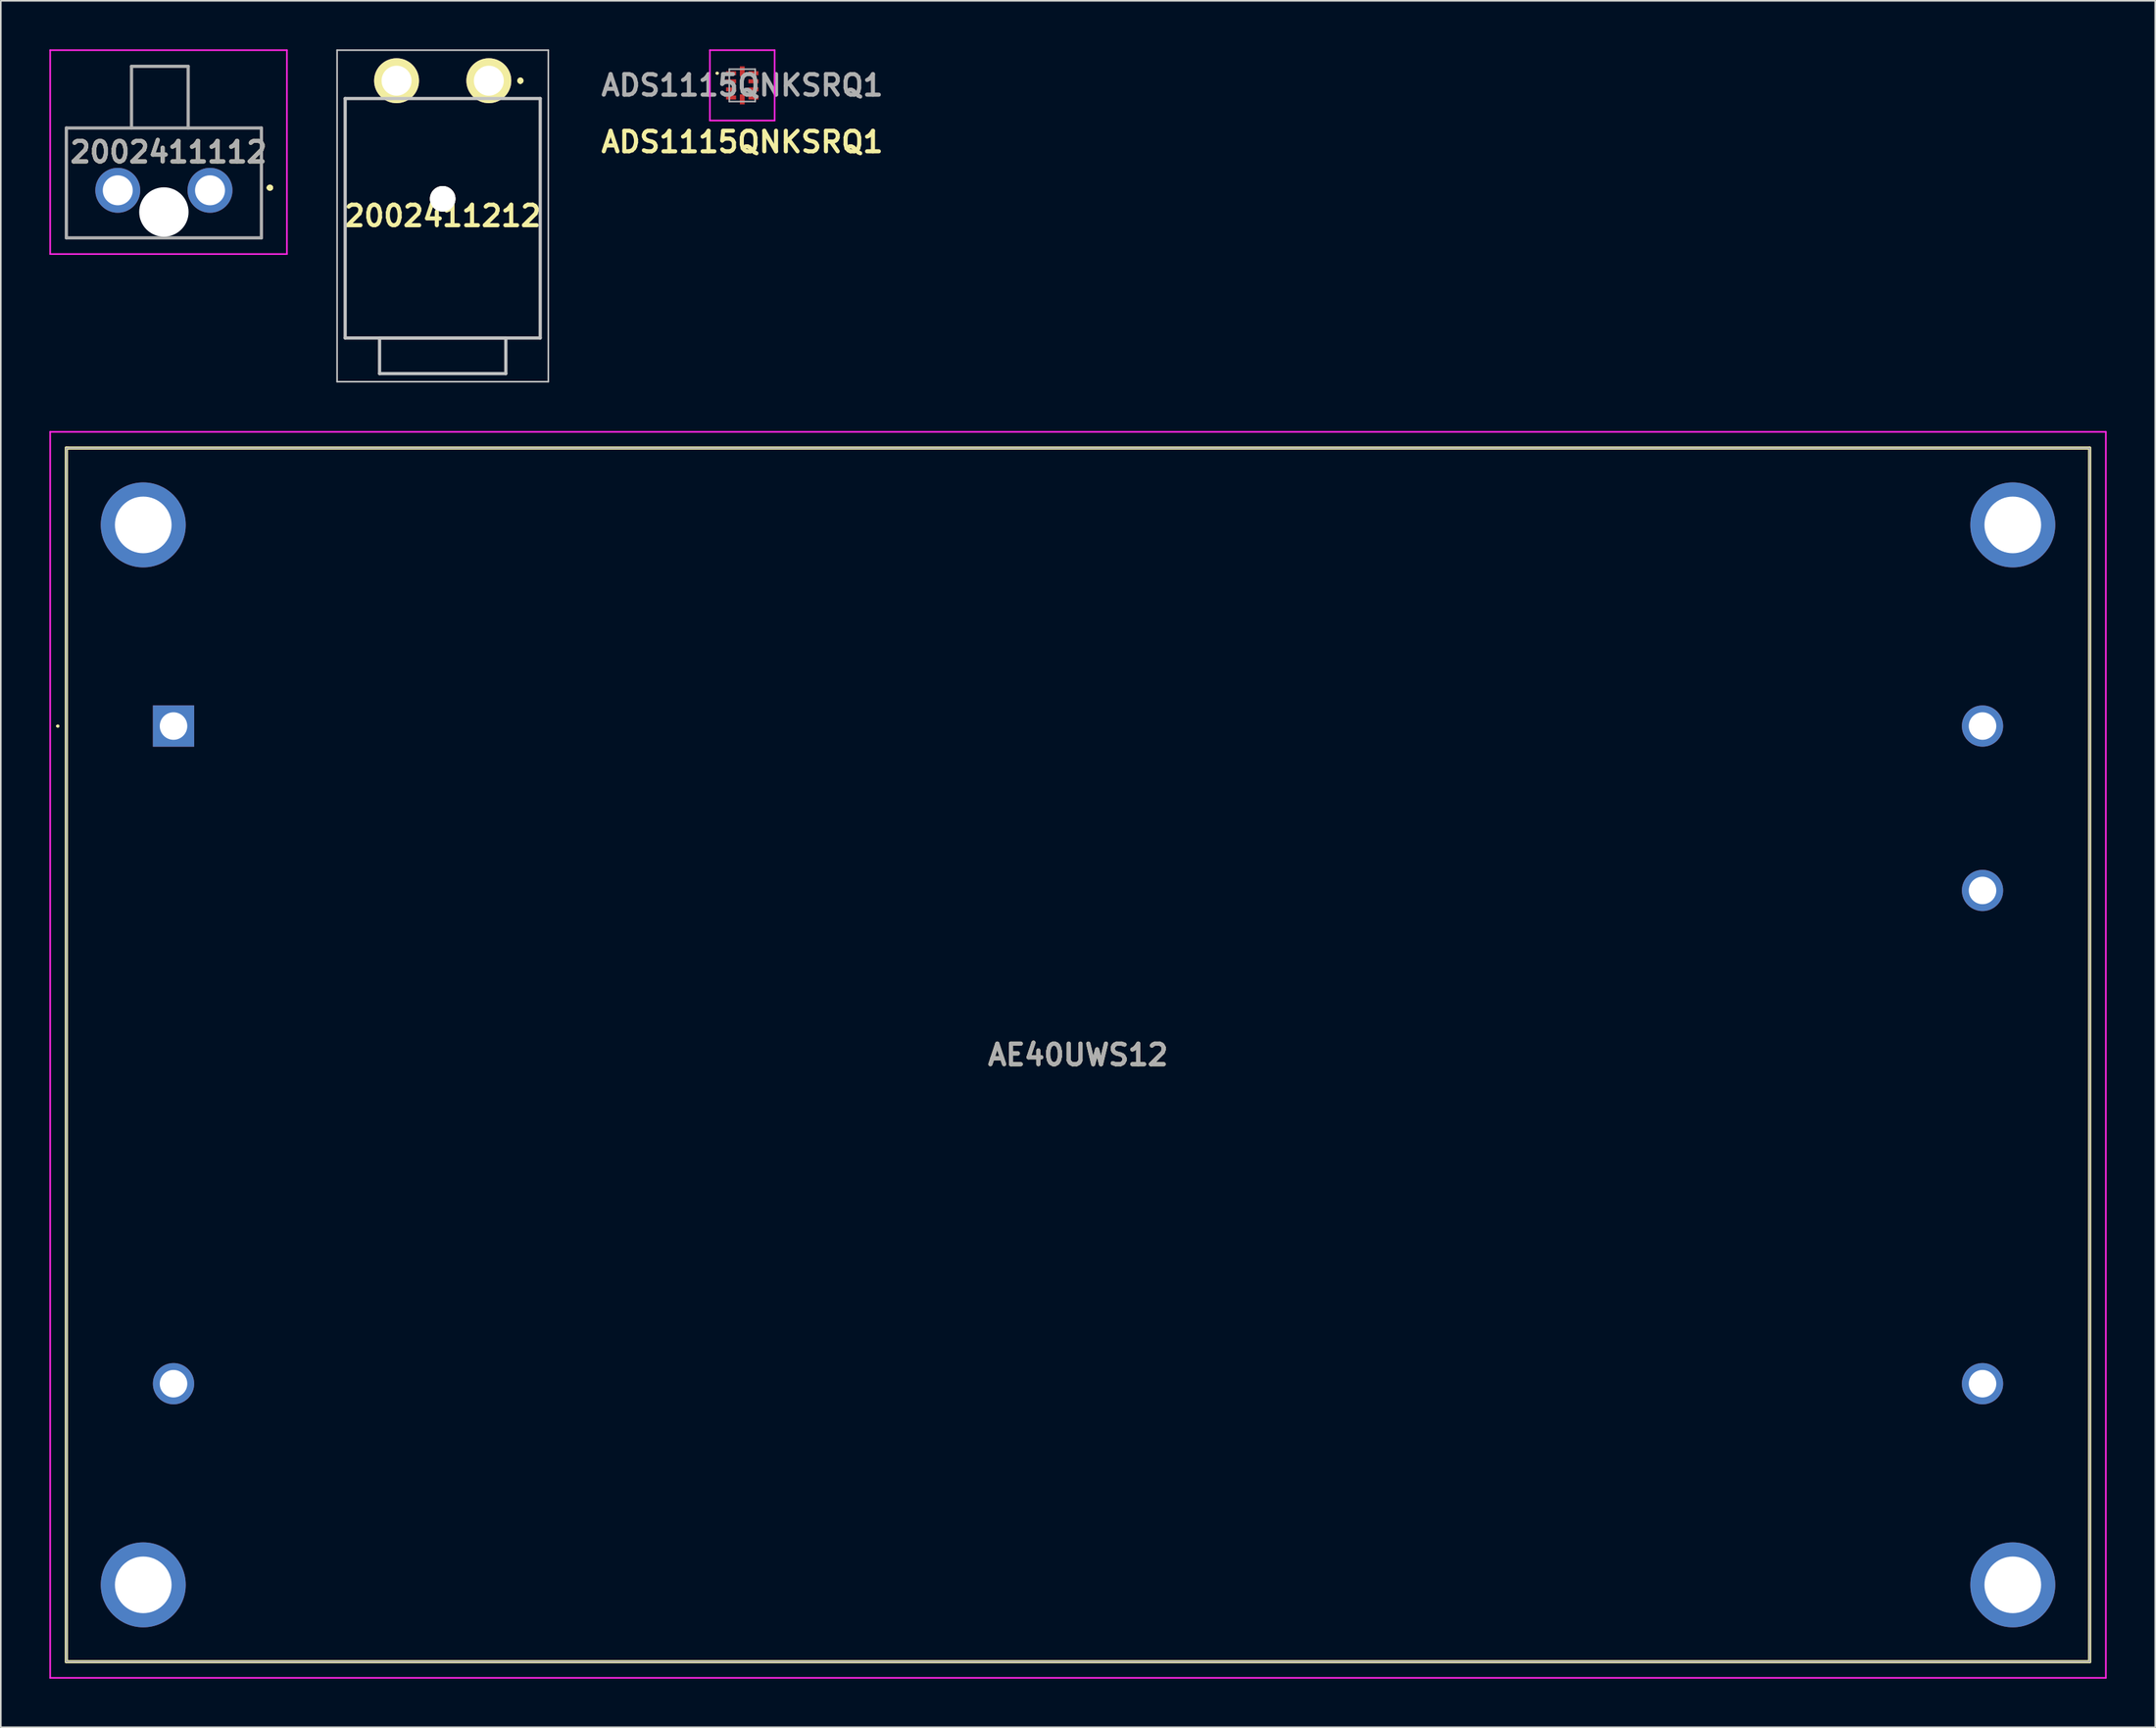
<source format=kicad_pcb>
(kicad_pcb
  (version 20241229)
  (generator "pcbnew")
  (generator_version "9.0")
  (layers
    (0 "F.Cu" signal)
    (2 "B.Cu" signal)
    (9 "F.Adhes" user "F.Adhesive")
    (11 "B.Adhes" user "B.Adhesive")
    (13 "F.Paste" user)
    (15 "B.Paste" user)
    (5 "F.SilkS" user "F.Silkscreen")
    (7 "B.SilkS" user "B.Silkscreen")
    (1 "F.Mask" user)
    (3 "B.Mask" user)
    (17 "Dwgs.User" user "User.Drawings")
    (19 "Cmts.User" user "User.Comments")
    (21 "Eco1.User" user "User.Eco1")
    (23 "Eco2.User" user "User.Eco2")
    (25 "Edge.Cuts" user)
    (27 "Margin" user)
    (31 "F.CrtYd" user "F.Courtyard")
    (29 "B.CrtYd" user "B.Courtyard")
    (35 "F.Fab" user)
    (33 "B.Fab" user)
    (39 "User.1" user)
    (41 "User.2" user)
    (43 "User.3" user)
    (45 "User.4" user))
  (footprint "AE40UWS12"
    (layer "F.Cu")
    (at 7.67 41.817)
    (property "Reference" "AE40UWS12" (at 55.88 20.32 0) (layer "F.SilkS") (effects (font (size 1.27 1.27) (thickness 0.254))))
    (attr through_hole)
    (fp_line (start -7.2 0) (end -7.2 0) (stroke (width 0.1) (type solid)) (layer "F.SilkS"))
    (fp_line (start -7.2 0) (end -7.2 0) (stroke (width 0.1) (type solid)) (layer "F.SilkS"))
    (fp_line (start -7.1 0) (end -7.1 0) (stroke (width 0.1) (type solid)) (layer "F.SilkS"))
    (fp_line (start -6.62 -17.18) (end -6.62 57.82) (stroke (width 0.2) (type solid)) (layer "F.SilkS"))
    (fp_line (start -6.62 -17.18) (end -6.52 -17.18) (stroke (width 0.2) (type solid)) (layer "F.SilkS"))
    (fp_line (start -6.62 57.82) (end 118.38 57.82) (stroke (width 0.2) (type solid)) (layer "F.SilkS"))
    (fp_line (start 118.38 -17.18) (end -6.62 -17.18) (stroke (width 0.2) (type solid)) (layer "F.SilkS"))
    (fp_line (start 118.38 57.82) (end 118.38 -17.18) (stroke (width 0.2) (type solid)) (layer "F.SilkS"))
    (fp_arc (start -7.2 0) (mid -7.15 -0.05) (end -7.1 0) (stroke (width 0.1) (type solid)) (layer "F.SilkS"))
    (fp_arc (start -7.1 0) (mid -7.15 0.05) (end -7.2 0) (stroke (width 0.1) (type solid)) (layer "F.SilkS"))
    (fp_arc (start -7.1 0) (mid -7.15 0.05) (end -7.2 0) (stroke (width 0.1) (type solid)) (layer "F.SilkS"))
    (fp_line (start -7.62 -18.18) (end -7.62 58.82) (stroke (width 0.1) (type solid)) (layer "F.CrtYd"))
    (fp_line (start -7.62 58.82) (end 119.38 58.82) (stroke (width 0.1) (type solid)) (layer "F.CrtYd"))
    (fp_line (start 119.38 -18.18) (end -7.62 -18.18) (stroke (width 0.1) (type solid)) (layer "F.CrtYd"))
    (fp_line (start 119.38 58.82) (end 119.38 -18.18) (stroke (width 0.1) (type solid)) (layer "F.CrtYd"))
    (fp_line (start -6.62 -17.18) (end 118.38 -17.18) (stroke (width 0.1) (type solid)) (layer "F.Fab"))
    (fp_line (start -6.62 57.82) (end -6.62 -17.18) (stroke (width 0.1) (type solid)) (layer "F.Fab"))
    (fp_line (start 118.38 -17.18) (end 118.38 57.82) (stroke (width 0.1) (type solid)) (layer "F.Fab"))
    (fp_line (start 118.38 57.82) (end -6.62 57.82) (stroke (width 0.1) (type solid)) (layer "F.Fab"))
    (fp_text user "${REFERENCE}" (at 55.88 20.32 0) (layer "F.Fab") (effects (font (size 1.27 1.27) (thickness 0.254))))
    (pad "1" thru_hole rect (at 0 0) (size 2.55 2.55) (drill 1.7) (layers "*.Cu" "*.Mask"))
    (pad "2" thru_hole circle (at 0 40.64) (size 2.55 2.55) (drill 1.7) (layers "*.Cu" "*.Mask"))
    (pad "3" thru_hole circle (at 111.76 40.64) (size 2.55 2.55) (drill 1.7) (layers "*.Cu" "*.Mask"))
    (pad "4" thru_hole circle (at 111.76 10.16) (size 2.55 2.55) (drill 1.7) (layers "*.Cu" "*.Mask"))
    (pad "5" thru_hole circle (at 111.76 0) (size 2.55 2.55) (drill 1.7) (layers "*.Cu" "*.Mask"))
    (pad "MH1" thru_hole circle (at -1.87 -12.43) (size 5.25 5.25) (drill 3.5) (layers "*.Cu" "*.Mask"))
    (pad "MH2" thru_hole circle (at -1.87 53.07) (size 5.25 5.25) (drill 3.5) (layers "*.Cu" "*.Mask"))
    (pad "MH3" thru_hole circle (at 113.63 53.07) (size 5.25 5.25) (drill 3.5) (layers "*.Cu" "*.Mask"))
    (pad "MH4" thru_hole circle (at 113.63 -12.43) (size 5.25 5.25) (drill 3.5) (layers "*.Cu" "*.Mask")))
  (footprint "2002411112"
    (layer "F.Cu")
    (at 9.925 8.71)
    (property "Reference" "2002411112" (at -2.563 -2.36 0) (layer "F.SilkS") (effects (font (size 1.27 1.27) (thickness 0.254))))
    (attr through_hole)
    (fp_line (start -8.875 -3.85) (end 3.175 -3.85) (stroke (width 0.1) (type solid)) (layer "F.SilkS"))
    (fp_line (start -8.875 2.94) (end -8.875 -3.85) (stroke (width 0.1) (type solid)) (layer "F.SilkS"))
    (fp_line (start 3.175 -3.85) (end 3.175 2.94) (stroke (width 0.1) (type solid)) (layer "F.SilkS"))
    (fp_line (start 3.175 2.94) (end -8.875 2.94) (stroke (width 0.1) (type solid)) (layer "F.SilkS"))
    (fp_line (start 3.65 -0.16) (end 3.65 -0.16) (stroke (width 0.3) (type solid)) (layer "F.SilkS"))
    (fp_line (start 3.75 -0.16) (end 3.75 -0.16) (stroke (width 0.3) (type solid)) (layer "F.SilkS"))
    (fp_arc (start 3.65 -0.16) (mid 3.7 -0.21) (end 3.75 -0.16) (stroke (width 0.3) (type solid)) (layer "F.SilkS"))
    (fp_arc (start 3.75 -0.16) (mid 3.7 -0.11) (end 3.65 -0.16) (stroke (width 0.3) (type solid)) (layer "F.SilkS"))
    (fp_line (start -9.875 -8.66) (end 4.75 -8.66) (stroke (width 0.1) (type solid)) (layer "F.CrtYd"))
    (fp_line (start -9.875 3.94) (end -9.875 -8.66) (stroke (width 0.1) (type solid)) (layer "F.CrtYd"))
    (fp_line (start 4.75 -8.66) (end 4.75 3.94) (stroke (width 0.1) (type solid)) (layer "F.CrtYd"))
    (fp_line (start 4.75 3.94) (end -9.875 3.94) (stroke (width 0.1) (type solid)) (layer "F.CrtYd"))
    (fp_line (start -8.875 -3.85) (end 3.175 -3.85) (stroke (width 0.2) (type solid)) (layer "F.Fab"))
    (fp_line (start -8.875 2.94) (end -8.875 -3.85) (stroke (width 0.2) (type solid)) (layer "F.Fab"))
    (fp_line (start -4.85 -3.85) (end -4.85 -7.66) (stroke (width 0.2) (type solid)) (layer "F.Fab"))
    (fp_line (start -1.35 -7.66) (end -4.85 -7.66) (stroke (width 0.2) (type solid)) (layer "F.Fab"))
    (fp_line (start -1.35 -3.85) (end -1.35 -7.66) (stroke (width 0.2) (type solid)) (layer "F.Fab"))
    (fp_line (start 3.175 -3.85) (end 3.175 2.94) (stroke (width 0.2) (type solid)) (layer "F.Fab"))
    (fp_line (start 3.175 2.94) (end -8.875 2.94) (stroke (width 0.2) (type solid)) (layer "F.Fab"))
    (fp_text user "${REFERENCE}" (at -2.563 -2.36 0) (layer "F.Fab") (effects (font (size 1.27 1.27) (thickness 0.254))))
    (pad "" np_thru_hole circle (at -2.85 1.34) (size 3.05 3.05) (drill 3.05) (layers "*.Cu" "*.Mask"))
    (pad "1" thru_hole circle (at 0 0) (size 2.775 2.775) (drill 1.85) (layers "*.Cu" "*.Mask"))
    (pad "2" thru_hole circle (at -5.7 0) (size 2.775 2.775) (drill 1.85) (layers "*.Cu" "*.Mask")))
  (footprint "2002411212"
    (layer "F.Cu")
    (at 27.15 1.937)
    (property "Reference" "2002411212" (at -2.85 8.356 0) (unlocked yes) (layer "F.SilkS") (effects (font (size 1.27 1.27) (thickness 0.254))))
    (attr through_hole exclude_from_pos_files)
    (fp_line (start -8.875 1.1) (end -8.875 15.9) (stroke (width 0.1) (type solid)) (layer "F.SilkS"))
    (fp_line (start -8.875 15.9) (end 3.175 15.9) (stroke (width 0.1) (type solid)) (layer "F.SilkS"))
    (fp_line (start -7.85 1.1) (end -8.875 1.1) (stroke (width 0.1) (type solid)) (layer "F.SilkS"))
    (fp_line (start -3.85 1.1) (end -1.85 1.1) (stroke (width 0.1) (type solid)) (layer "F.SilkS"))
    (fp_line (start 1.95 -0.1) (end 1.95 -0.1) (stroke (width 0.2) (type solid)) (layer "F.SilkS"))
    (fp_line (start 1.95 0.1) (end 1.95 0.1) (stroke (width 0.2) (type solid)) (layer "F.SilkS"))
    (fp_line (start 3.175 1.1) (end 2.15 1.1) (stroke (width 0.1) (type solid)) (layer "F.SilkS"))
    (fp_line (start 3.175 15.9) (end 3.175 1.1) (stroke (width 0.1) (type solid)) (layer "F.SilkS"))
    (fp_arc (start 1.95 -0.1) (mid 2.05 0) (end 1.95 0.1) (stroke (width 0.2) (type solid)) (layer "F.SilkS"))
    (fp_arc (start 1.95 0.1) (mid 1.85 0) (end 1.95 -0.1) (stroke (width 0.2) (type solid)) (layer "F.SilkS"))
    (fp_line (start -9.375 -1.887) (end 3.675 -1.887) (stroke (width 0.1) (type solid)) (layer "Dwgs.User"))
    (fp_line (start -9.375 18.6) (end -9.375 -1.887) (stroke (width 0.1) (type solid)) (layer "Dwgs.User"))
    (fp_line (start -8.875 1.1) (end 3.175 1.1) (stroke (width 0.2) (type solid)) (layer "Dwgs.User"))
    (fp_line (start -8.875 15.9) (end -8.875 1.1) (stroke (width 0.2) (type solid)) (layer "Dwgs.User"))
    (fp_line (start -6.75 15.9) (end 1.05 15.9) (stroke (width 0.2) (type solid)) (layer "Dwgs.User"))
    (fp_line (start -6.75 18.1) (end -6.75 15.9) (stroke (width 0.2) (type solid)) (layer "Dwgs.User"))
    (fp_line (start 1.05 15.9) (end 1.05 18.1) (stroke (width 0.2) (type solid)) (layer "Dwgs.User"))
    (fp_line (start 1.05 18.1) (end -6.75 18.1) (stroke (width 0.2) (type solid)) (layer "Dwgs.User"))
    (fp_line (start 3.175 1.1) (end 3.175 15.9) (stroke (width 0.2) (type solid)) (layer "Dwgs.User"))
    (fp_line (start 3.175 15.9) (end -8.875 15.9) (stroke (width 0.2) (type solid)) (layer "Dwgs.User"))
    (fp_line (start 3.675 -1.887) (end 3.675 18.6) (stroke (width 0.1) (type solid)) (layer "Dwgs.User"))
    (fp_line (start 3.675 18.6) (end -9.375 18.6) (stroke (width 0.1) (type solid)) (layer "Dwgs.User"))
    (pad "1" thru_hole circle (at 0 0 90) (size 2.775 2.775) (drill 1.85) (layers "*.Cu" "*.Mask" "F.SilkS"))
    (pad "2" thru_hole circle (at -5.7 0 90) (size 2.775 2.775) (drill 1.85) (layers "*.Cu" "*.Mask" "F.SilkS"))
    (pad "MH1" thru_hole circle (at -2.85 7.3 90) (size 1.575 1.575) (drill 3.15) (layers "*.Cu" "*.Mask" "F.SilkS")))
  (footprint "ADS1115QNKSRQ1"
    (layer "F.Cu")
    (at 42.807 2.225)
    (property "Reference" "ADS1115QNKSRQ1" (at 0 3.5 0) (layer "F.SilkS") (effects (font (size 1.27 1.27) (thickness 0.254))))
    (attr smd)
    (fp_line (start -1.6 -0.75) (end -1.6 -0.75) (stroke (width 0.1) (type solid)) (layer "F.SilkS"))
    (fp_line (start -1.5 -0.75) (end -1.5 -0.75) (stroke (width 0.1) (type solid)) (layer "F.SilkS"))
    (fp_arc (start -1.6 -0.75) (mid -1.55 -0.8) (end -1.5 -0.75) (stroke (width 0.1) (type solid)) (layer "F.SilkS"))
    (fp_arc (start -1.5 -0.75) (mid -1.55 -0.7) (end -1.6 -0.75) (stroke (width 0.1) (type solid)) (layer "F.SilkS"))
    (fp_line (start -2 -2.175) (end 2 -2.175) (stroke (width 0.1) (type solid)) (layer "F.CrtYd"))
    (fp_line (start -2 2.175) (end -2 -2.175) (stroke (width 0.1) (type solid)) (layer "F.CrtYd"))
    (fp_line (start 2 -2.175) (end 2 2.175) (stroke (width 0.1) (type solid)) (layer "F.CrtYd"))
    (fp_line (start 2 2.175) (end -2 2.175) (stroke (width 0.1) (type solid)) (layer "F.CrtYd"))
    (fp_line (start -0.8 -1) (end 0.8 -1) (stroke (width 0.1) (type solid)) (layer "F.Fab"))
    (fp_line (start -0.8 1) (end -0.8 -1) (stroke (width 0.1) (type solid)) (layer "F.Fab"))
    (fp_line (start 0.8 -1) (end 0.8 1) (stroke (width 0.1) (type solid)) (layer "F.Fab"))
    (fp_line (start 0.8 1) (end -0.8 1) (stroke (width 0.1) (type solid)) (layer "F.Fab"))
    (fp_text user "${REFERENCE}" (at 0 0 0) (layer "F.Fab") (effects (font (size 1.27 1.27) (thickness 0.254))))
    (pad "1" smd rect (at -0.69 -0.75 90) (size 0.25 0.62) (layers "F.Cu" "F.Mask" "F.Paste"))
    (pad "2" smd rect (at -0.69 -0.25 90) (size 0.25 0.62) (layers "F.Cu" "F.Mask" "F.Paste"))
    (pad "3" smd rect (at -0.69 0.25 90) (size 0.25 0.62) (layers "F.Cu" "F.Mask" "F.Paste"))
    (pad "4" smd rect (at -0.69 0.75 90) (size 0.25 0.62) (layers "F.Cu" "F.Mask" "F.Paste"))
    (pad "5" smd rect (at 0 0.865) (size 0.3 0.62) (layers "F.Cu" "F.Mask" "F.Paste"))
    (pad "6" smd rect (at 0.69 0.75 90) (size 0.25 0.62) (layers "F.Cu" "F.Mask" "F.Paste"))
    (pad "7" smd rect (at 0.69 0.25 90) (size 0.25 0.62) (layers "F.Cu" "F.Mask" "F.Paste"))
    (pad "8" smd rect (at 0.69 -0.25 90) (size 0.25 0.62) (layers "F.Cu" "F.Mask" "F.Paste"))
    (pad "9" smd rect (at 0.69 -0.75 90) (size 0.25 0.62) (layers "F.Cu" "F.Mask" "F.Paste"))
    (pad "10" smd rect (at 0 -0.865) (size 0.3 0.62) (layers "F.Cu" "F.Mask" "F.Paste")))
  (gr_rect
    (start -3 -3)
    (end 130.1 103.687)
    (stroke (width 0.1) (type default))
    (fill no)
    (layer "Edge.Cuts")))
</source>
